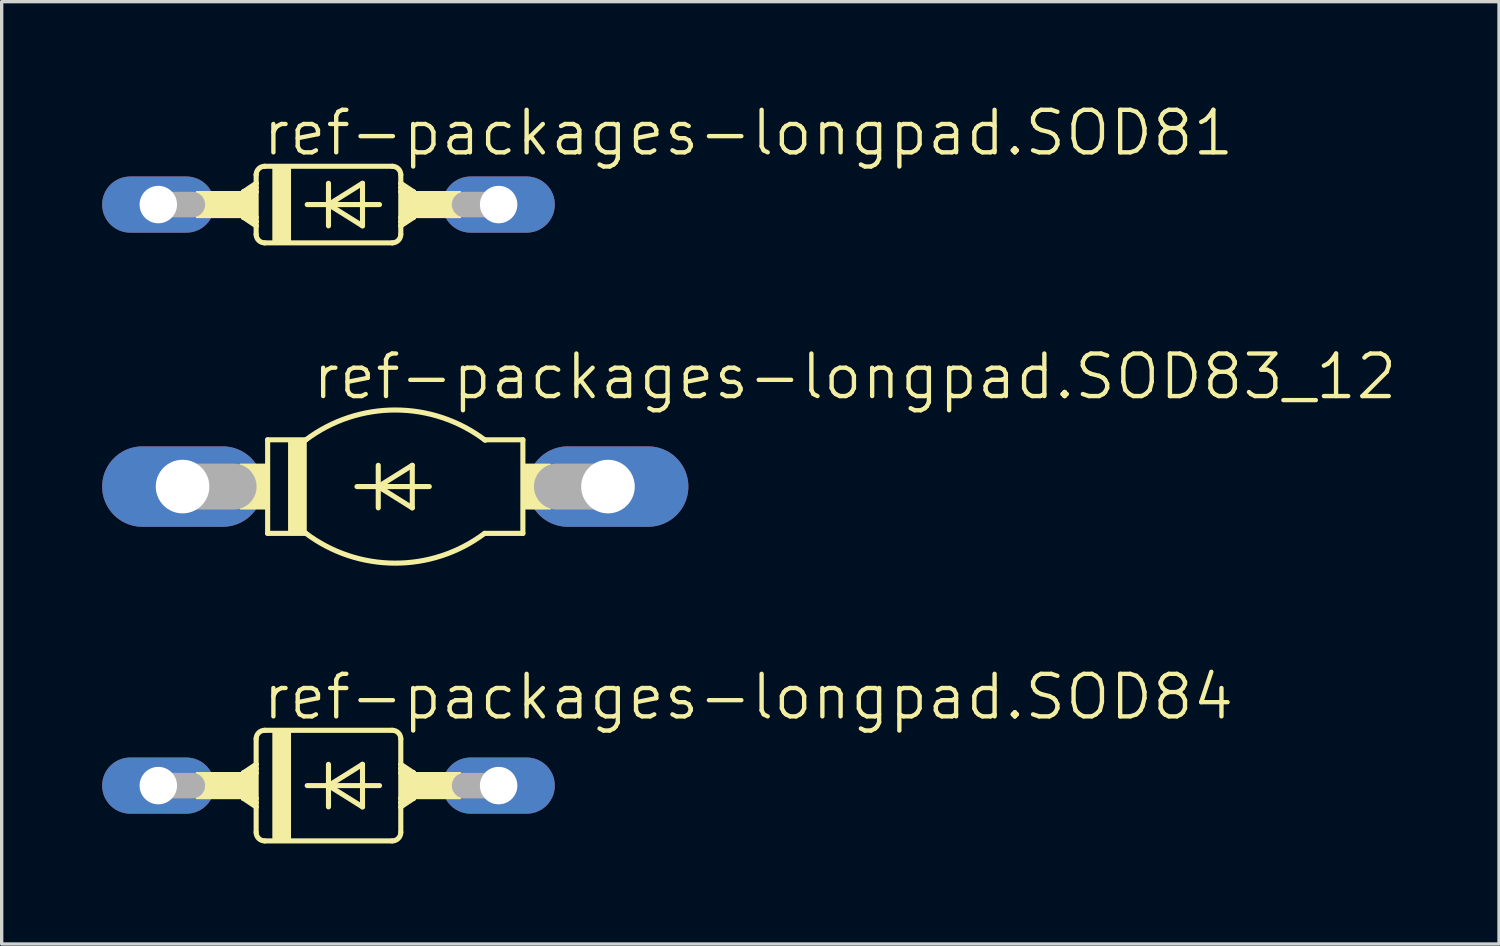
<source format=kicad_pcb>
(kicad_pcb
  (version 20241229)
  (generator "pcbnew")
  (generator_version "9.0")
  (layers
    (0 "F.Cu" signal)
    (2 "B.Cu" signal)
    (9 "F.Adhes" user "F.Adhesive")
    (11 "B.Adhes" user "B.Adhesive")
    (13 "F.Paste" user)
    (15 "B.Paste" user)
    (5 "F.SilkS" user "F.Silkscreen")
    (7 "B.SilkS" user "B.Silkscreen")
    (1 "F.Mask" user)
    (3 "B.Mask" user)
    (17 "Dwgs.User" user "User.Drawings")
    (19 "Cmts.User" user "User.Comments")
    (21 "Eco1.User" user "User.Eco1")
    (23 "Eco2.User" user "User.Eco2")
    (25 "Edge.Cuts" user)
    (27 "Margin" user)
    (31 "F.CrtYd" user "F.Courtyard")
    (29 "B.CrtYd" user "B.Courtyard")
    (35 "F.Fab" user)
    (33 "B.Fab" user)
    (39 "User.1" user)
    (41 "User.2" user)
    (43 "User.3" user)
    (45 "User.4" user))
  (footprint "ref-packages-longpad.SOD83_12"
    (layer "F.Cu")
    (at 8.75 11.476)
    (property "Reference" "ref-packages-longpad.SOD83_12" (at -2.54 -2.54 0) (layer "F.SilkS") (effects (font (size 1.27 1.27) (thickness 0.13)) (justify left bottom)))
    (attr through_hole)
    (fp_line (start -3.81 -1.397) (end -3.81 1.397) (stroke (width 0.152) (type default)) (layer "F.SilkS"))
    (fp_line (start -3.81 -1.397) (end -2.667 -1.397) (stroke (width 0.152) (type default)) (layer "F.SilkS"))
    (fp_line (start -3.81 1.397) (end -2.667 1.397) (stroke (width 0.152) (type default)) (layer "F.SilkS"))
    (fp_line (start -1.143 0) (end -0.508 0) (stroke (width 0.152) (type default)) (layer "F.SilkS"))
    (fp_line (start -0.508 -0.635) (end -0.508 0) (stroke (width 0.152) (type default)) (layer "F.SilkS"))
    (fp_line (start -0.508 0) (end -0.508 0.635) (stroke (width 0.152) (type default)) (layer "F.SilkS"))
    (fp_line (start -0.508 0) (end 0.508 -0.635) (stroke (width 0.152) (type default)) (layer "F.SilkS"))
    (fp_line (start -0.508 0) (end 1.016 0) (stroke (width 0.152) (type default)) (layer "F.SilkS"))
    (fp_line (start 0.508 -0.635) (end 0.508 0.635) (stroke (width 0.152) (type default)) (layer "F.SilkS"))
    (fp_line (start 0.508 0.635) (end -0.508 0) (stroke (width 0.152) (type default)) (layer "F.SilkS"))
    (fp_line (start 2.667 1.397) (end 3.81 1.397) (stroke (width 0.152) (type default)) (layer "F.SilkS"))
    (fp_line (start 3.81 -1.397) (end 2.667 -1.397) (stroke (width 0.152) (type default)) (layer "F.SilkS"))
    (fp_line (start 3.81 1.397) (end 3.81 -1.397) (stroke (width 0.152) (type default)) (layer "F.SilkS"))
    (fp_rect (start -4.623 0.66) (end -3.81 -0.66) (stroke (width 0.05) (type default)) (fill yes) (layer "F.SilkS"))
    (fp_rect (start -3.175 1.397) (end -2.667 -1.397) (stroke (width 0.05) (type default)) (fill yes) (layer "F.SilkS"))
    (fp_rect (start 3.81 0.66) (end 4.623 -0.66) (stroke (width 0.05) (type default)) (fill yes) (layer "F.SilkS"))
    (fp_arc (start -2.667 -1.397) (mid 0.010709 -2.285983) (end 2.6841 -1.3841) (stroke (width 0.1524) (type default)) (layer "F.SilkS"))
    (fp_arc (start 2.667 1.397) (mid -0.010709 2.285983) (end -2.6841 1.3841) (stroke (width 0.1524) (type default)) (layer "F.SilkS"))
    (fp_line (start -6.35 0) (end -4.826 0) (stroke (width 1.372) (type default)) (layer "F.Fab"))
    (fp_line (start 6.35 0) (end 4.826 0) (stroke (width 1.372) (type default)) (layer "F.Fab"))
    (pad "A" thru_hole oval (at 6.35 0) (size 4.801 2.4) (drill 1.6) (layers "*.Cu" "*.Mask"))
    (pad "C" thru_hole oval (at -6.35 0) (size 4.801 2.4) (drill 1.6) (layers "*.Cu" "*.Mask")))
  (footprint "ref-packages-longpad.SOD81"
    (layer "F.Cu")
    (at 6.756 3.057)
    (property "Reference" "ref-packages-longpad.SOD81" (at -2.032 -1.397 0) (layer "F.SilkS") (effects (font (size 1.27 1.27) (thickness 0.13)) (justify left bottom)))
    (attr through_hole)
    (fp_line (start -2.54 -0.381) (end -2.54 0.381) (stroke (width 0.152) (type default)) (layer "F.SilkS"))
    (fp_line (start -2.54 -0.381) (end -2.413 -0.381) (stroke (width 0.152) (type default)) (layer "F.SilkS"))
    (fp_line (start -2.54 0.381) (end -2.413 0.381) (stroke (width 0.152) (type default)) (layer "F.SilkS"))
    (fp_line (start -2.54 0.381) (end -2.159 0.635) (stroke (width 0.152) (type default)) (layer "F.SilkS"))
    (fp_line (start -2.413 -0.381) (end -2.159 -0.381) (stroke (width 0.152) (type default)) (layer "F.SilkS"))
    (fp_line (start -2.413 0.381) (end -2.159 0.381) (stroke (width 0.152) (type default)) (layer "F.SilkS"))
    (fp_line (start -2.159 -0.635) (end -2.54 -0.381) (stroke (width 0.152) (type default)) (layer "F.SilkS"))
    (fp_line (start -2.159 -0.635) (end -2.159 -0.889) (stroke (width 0.152) (type default)) (layer "F.SilkS"))
    (fp_line (start -2.159 -0.635) (end -2.159 -0.508) (stroke (width 0.152) (type default)) (layer "F.SilkS"))
    (fp_line (start -2.159 -0.508) (end -2.413 -0.381) (stroke (width 0.152) (type default)) (layer "F.SilkS"))
    (fp_line (start -2.159 -0.508) (end -2.159 -0.381) (stroke (width 0.152) (type default)) (layer "F.SilkS"))
    (fp_line (start -2.159 -0.381) (end -2.159 0.381) (stroke (width 0.152) (type default)) (layer "F.SilkS"))
    (fp_line (start -2.159 0.381) (end -2.159 0.508) (stroke (width 0.152) (type default)) (layer "F.SilkS"))
    (fp_line (start -2.159 0.508) (end -2.413 0.381) (stroke (width 0.152) (type default)) (layer "F.SilkS"))
    (fp_line (start -2.159 0.508) (end -2.159 0.635) (stroke (width 0.152) (type default)) (layer "F.SilkS"))
    (fp_line (start -2.159 0.635) (end -2.159 0.889) (stroke (width 0.152) (type default)) (layer "F.SilkS"))
    (fp_line (start -1.905 -1.143) (end 1.905 -1.143) (stroke (width 0.152) (type default)) (layer "F.SilkS"))
    (fp_line (start -1.905 1.143) (end 1.905 1.143) (stroke (width 0.152) (type default)) (layer "F.SilkS"))
    (fp_line (start -0.635 0) (end 0 0) (stroke (width 0.152) (type default)) (layer "F.SilkS"))
    (fp_line (start 0 -0.635) (end 0 0) (stroke (width 0.152) (type default)) (layer "F.SilkS"))
    (fp_line (start 0 0) (end 0 0.635) (stroke (width 0.152) (type default)) (layer "F.SilkS"))
    (fp_line (start 0 0) (end 1.016 -0.635) (stroke (width 0.152) (type default)) (layer "F.SilkS"))
    (fp_line (start 0 0) (end 1.524 0) (stroke (width 0.152) (type default)) (layer "F.SilkS"))
    (fp_line (start 1.016 -0.635) (end 1.016 0.635) (stroke (width 0.152) (type default)) (layer "F.SilkS"))
    (fp_line (start 1.016 0.635) (end 0 0) (stroke (width 0.152) (type default)) (layer "F.SilkS"))
    (fp_line (start 2.159 -0.635) (end 2.159 -0.889) (stroke (width 0.152) (type default)) (layer "F.SilkS"))
    (fp_line (start 2.159 -0.635) (end 2.54 -0.381) (stroke (width 0.152) (type default)) (layer "F.SilkS"))
    (fp_line (start 2.159 -0.508) (end 2.159 -0.635) (stroke (width 0.152) (type default)) (layer "F.SilkS"))
    (fp_line (start 2.159 -0.508) (end 2.413 -0.381) (stroke (width 0.152) (type default)) (layer "F.SilkS"))
    (fp_line (start 2.159 -0.381) (end 2.159 -0.508) (stroke (width 0.152) (type default)) (layer "F.SilkS"))
    (fp_line (start 2.159 0.381) (end 2.159 -0.381) (stroke (width 0.152) (type default)) (layer "F.SilkS"))
    (fp_line (start 2.159 0.508) (end 2.159 0.381) (stroke (width 0.152) (type default)) (layer "F.SilkS"))
    (fp_line (start 2.159 0.508) (end 2.413 0.381) (stroke (width 0.152) (type default)) (layer "F.SilkS"))
    (fp_line (start 2.159 0.635) (end 2.159 0.508) (stroke (width 0.152) (type default)) (layer "F.SilkS"))
    (fp_line (start 2.159 0.635) (end 2.159 0.889) (stroke (width 0.152) (type default)) (layer "F.SilkS"))
    (fp_line (start 2.159 0.635) (end 2.54 0.381) (stroke (width 0.152) (type default)) (layer "F.SilkS"))
    (fp_line (start 2.413 -0.381) (end 2.159 -0.381) (stroke (width 0.152) (type default)) (layer "F.SilkS"))
    (fp_line (start 2.413 0.381) (end 2.159 0.381) (stroke (width 0.152) (type default)) (layer "F.SilkS"))
    (fp_line (start 2.54 -0.381) (end 2.413 -0.381) (stroke (width 0.152) (type default)) (layer "F.SilkS"))
    (fp_line (start 2.54 -0.381) (end 2.54 0.381) (stroke (width 0.152) (type default)) (layer "F.SilkS"))
    (fp_line (start 2.54 0.381) (end 2.413 0.381) (stroke (width 0.152) (type default)) (layer "F.SilkS"))
    (fp_rect (start -3.937 0.381) (end -2.159 -0.381) (stroke (width 0.05) (type default)) (fill yes) (layer "F.SilkS"))
    (fp_rect (start -1.651 1.143) (end -1.143 -1.143) (stroke (width 0.05) (type default)) (fill yes) (layer "F.SilkS"))
    (fp_rect (start 2.159 0.381) (end 3.937 -0.381) (stroke (width 0.05) (type default)) (fill yes) (layer "F.SilkS"))
    (fp_arc (start -2.159 -0.889) (mid -2.084605 -1.068605) (end -1.905 -1.143) (stroke (width 0.1524) (type default)) (layer "F.SilkS"))
    (fp_arc (start -1.905 1.143) (mid -2.084605 1.068605) (end -2.159 0.889) (stroke (width 0.1524) (type default)) (layer "F.SilkS"))
    (fp_arc (start 1.905 -1.143) (mid 2.084605 -1.068605) (end 2.159 -0.889) (stroke (width 0.1524) (type default)) (layer "F.SilkS"))
    (fp_arc (start 2.159 0.889) (mid 2.084605 1.068605) (end 1.905 1.143) (stroke (width 0.1524) (type default)) (layer "F.SilkS"))
    (fp_line (start -5.08 0) (end -4.064 0) (stroke (width 0.762) (type default)) (layer "F.Fab"))
    (fp_line (start 5.08 0) (end 4.064 0) (stroke (width 0.762) (type default)) (layer "F.Fab"))
    (pad "A" thru_hole oval (at 5.08 0) (size 3.353 1.676) (drill 1.118) (layers "*.Cu" "*.Mask"))
    (pad "C" thru_hole oval (at -5.08 0) (size 3.353 1.676) (drill 1.118) (layers "*.Cu" "*.Mask")))
  (footprint "ref-packages-longpad.SOD84"
    (layer "F.Cu")
    (at 6.756 20.403)
    (property "Reference" "ref-packages-longpad.SOD84" (at -2.032 -1.905 0) (layer "F.SilkS") (effects (font (size 1.27 1.27) (thickness 0.13)) (justify left bottom)))
    (attr through_hole)
    (fp_line (start -2.54 -0.381) (end -2.54 0.381) (stroke (width 0.152) (type default)) (layer "F.SilkS"))
    (fp_line (start -2.54 -0.381) (end -2.413 -0.381) (stroke (width 0.152) (type default)) (layer "F.SilkS"))
    (fp_line (start -2.54 0.381) (end -2.413 0.381) (stroke (width 0.152) (type default)) (layer "F.SilkS"))
    (fp_line (start -2.54 0.381) (end -2.159 0.635) (stroke (width 0.152) (type default)) (layer "F.SilkS"))
    (fp_line (start -2.413 -0.381) (end -2.159 -0.381) (stroke (width 0.152) (type default)) (layer "F.SilkS"))
    (fp_line (start -2.413 0.381) (end -2.159 0.381) (stroke (width 0.152) (type default)) (layer "F.SilkS"))
    (fp_line (start -2.159 -0.635) (end -2.54 -0.381) (stroke (width 0.152) (type default)) (layer "F.SilkS"))
    (fp_line (start -2.159 -0.635) (end -2.159 -1.397) (stroke (width 0.152) (type default)) (layer "F.SilkS"))
    (fp_line (start -2.159 -0.635) (end -2.159 -0.508) (stroke (width 0.152) (type default)) (layer "F.SilkS"))
    (fp_line (start -2.159 -0.508) (end -2.413 -0.381) (stroke (width 0.152) (type default)) (layer "F.SilkS"))
    (fp_line (start -2.159 -0.508) (end -2.159 -0.381) (stroke (width 0.152) (type default)) (layer "F.SilkS"))
    (fp_line (start -2.159 -0.381) (end -2.159 0.381) (stroke (width 0.152) (type default)) (layer "F.SilkS"))
    (fp_line (start -2.159 0.381) (end -2.159 0.508) (stroke (width 0.152) (type default)) (layer "F.SilkS"))
    (fp_line (start -2.159 0.508) (end -2.413 0.381) (stroke (width 0.152) (type default)) (layer "F.SilkS"))
    (fp_line (start -2.159 0.508) (end -2.159 0.635) (stroke (width 0.152) (type default)) (layer "F.SilkS"))
    (fp_line (start -2.159 0.635) (end -2.159 1.397) (stroke (width 0.152) (type default)) (layer "F.SilkS"))
    (fp_line (start -1.905 -1.651) (end 1.905 -1.651) (stroke (width 0.152) (type default)) (layer "F.SilkS"))
    (fp_line (start -1.905 1.651) (end 1.905 1.651) (stroke (width 0.152) (type default)) (layer "F.SilkS"))
    (fp_line (start -0.635 0) (end 0 0) (stroke (width 0.152) (type default)) (layer "F.SilkS"))
    (fp_line (start 0 -0.635) (end 0 0) (stroke (width 0.152) (type default)) (layer "F.SilkS"))
    (fp_line (start 0 0) (end 0 0.635) (stroke (width 0.152) (type default)) (layer "F.SilkS"))
    (fp_line (start 0 0) (end 1.016 -0.635) (stroke (width 0.152) (type default)) (layer "F.SilkS"))
    (fp_line (start 0 0) (end 1.524 0) (stroke (width 0.152) (type default)) (layer "F.SilkS"))
    (fp_line (start 1.016 -0.635) (end 1.016 0.635) (stroke (width 0.152) (type default)) (layer "F.SilkS"))
    (fp_line (start 1.016 0.635) (end 0 0) (stroke (width 0.152) (type default)) (layer "F.SilkS"))
    (fp_line (start 2.159 -0.635) (end 2.159 -1.397) (stroke (width 0.152) (type default)) (layer "F.SilkS"))
    (fp_line (start 2.159 -0.635) (end 2.54 -0.381) (stroke (width 0.152) (type default)) (layer "F.SilkS"))
    (fp_line (start 2.159 -0.508) (end 2.159 -0.635) (stroke (width 0.152) (type default)) (layer "F.SilkS"))
    (fp_line (start 2.159 -0.508) (end 2.413 -0.381) (stroke (width 0.152) (type default)) (layer "F.SilkS"))
    (fp_line (start 2.159 -0.381) (end 2.159 -0.508) (stroke (width 0.152) (type default)) (layer "F.SilkS"))
    (fp_line (start 2.159 0.381) (end 2.159 -0.381) (stroke (width 0.152) (type default)) (layer "F.SilkS"))
    (fp_line (start 2.159 0.508) (end 2.159 0.381) (stroke (width 0.152) (type default)) (layer "F.SilkS"))
    (fp_line (start 2.159 0.508) (end 2.413 0.381) (stroke (width 0.152) (type default)) (layer "F.SilkS"))
    (fp_line (start 2.159 0.635) (end 2.159 0.508) (stroke (width 0.152) (type default)) (layer "F.SilkS"))
    (fp_line (start 2.159 0.635) (end 2.159 1.397) (stroke (width 0.152) (type default)) (layer "F.SilkS"))
    (fp_line (start 2.159 0.635) (end 2.54 0.381) (stroke (width 0.152) (type default)) (layer "F.SilkS"))
    (fp_line (start 2.413 -0.381) (end 2.159 -0.381) (stroke (width 0.152) (type default)) (layer "F.SilkS"))
    (fp_line (start 2.413 0.381) (end 2.159 0.381) (stroke (width 0.152) (type default)) (layer "F.SilkS"))
    (fp_line (start 2.54 -0.381) (end 2.413 -0.381) (stroke (width 0.152) (type default)) (layer "F.SilkS"))
    (fp_line (start 2.54 -0.381) (end 2.54 0.381) (stroke (width 0.152) (type default)) (layer "F.SilkS"))
    (fp_line (start 2.54 0.381) (end 2.413 0.381) (stroke (width 0.152) (type default)) (layer "F.SilkS"))
    (fp_rect (start -3.937 0.381) (end -2.159 -0.381) (stroke (width 0.05) (type default)) (fill yes) (layer "F.SilkS"))
    (fp_rect (start -1.651 1.651) (end -1.143 -1.651) (stroke (width 0.05) (type default)) (fill yes) (layer "F.SilkS"))
    (fp_rect (start 2.159 0.381) (end 3.937 -0.381) (stroke (width 0.05) (type default)) (fill yes) (layer "F.SilkS"))
    (fp_arc (start -2.159 -1.397) (mid -2.084605 -1.576605) (end -1.905 -1.651) (stroke (width 0.1524) (type default)) (layer "F.SilkS"))
    (fp_arc (start -1.905 1.651) (mid -2.084605 1.576605) (end -2.159 1.397) (stroke (width 0.1524) (type default)) (layer "F.SilkS"))
    (fp_arc (start 1.905 -1.651) (mid 2.084605 -1.576605) (end 2.159 -1.397) (stroke (width 0.1524) (type default)) (layer "F.SilkS"))
    (fp_arc (start 2.159 1.397) (mid 2.084605 1.576605) (end 1.905 1.651) (stroke (width 0.1524) (type default)) (layer "F.SilkS"))
    (fp_line (start -5.08 0) (end -4.064 0) (stroke (width 0.762) (type default)) (layer "F.Fab"))
    (fp_line (start 5.08 0) (end 4.064 0) (stroke (width 0.762) (type default)) (layer "F.Fab"))
    (pad "A" thru_hole oval (at 5.08 0) (size 3.353 1.676) (drill 1.118) (layers "*.Cu" "*.Mask"))
    (pad "C" thru_hole oval (at -5.08 0) (size 3.353 1.676) (drill 1.118) (layers "*.Cu" "*.Mask")))
  (gr_rect
    (start -3 -3)
    (end 41.701 25.131)
    (stroke (width 0.1) (type default))
    (fill no)
    (layer "Edge.Cuts")))
</source>
